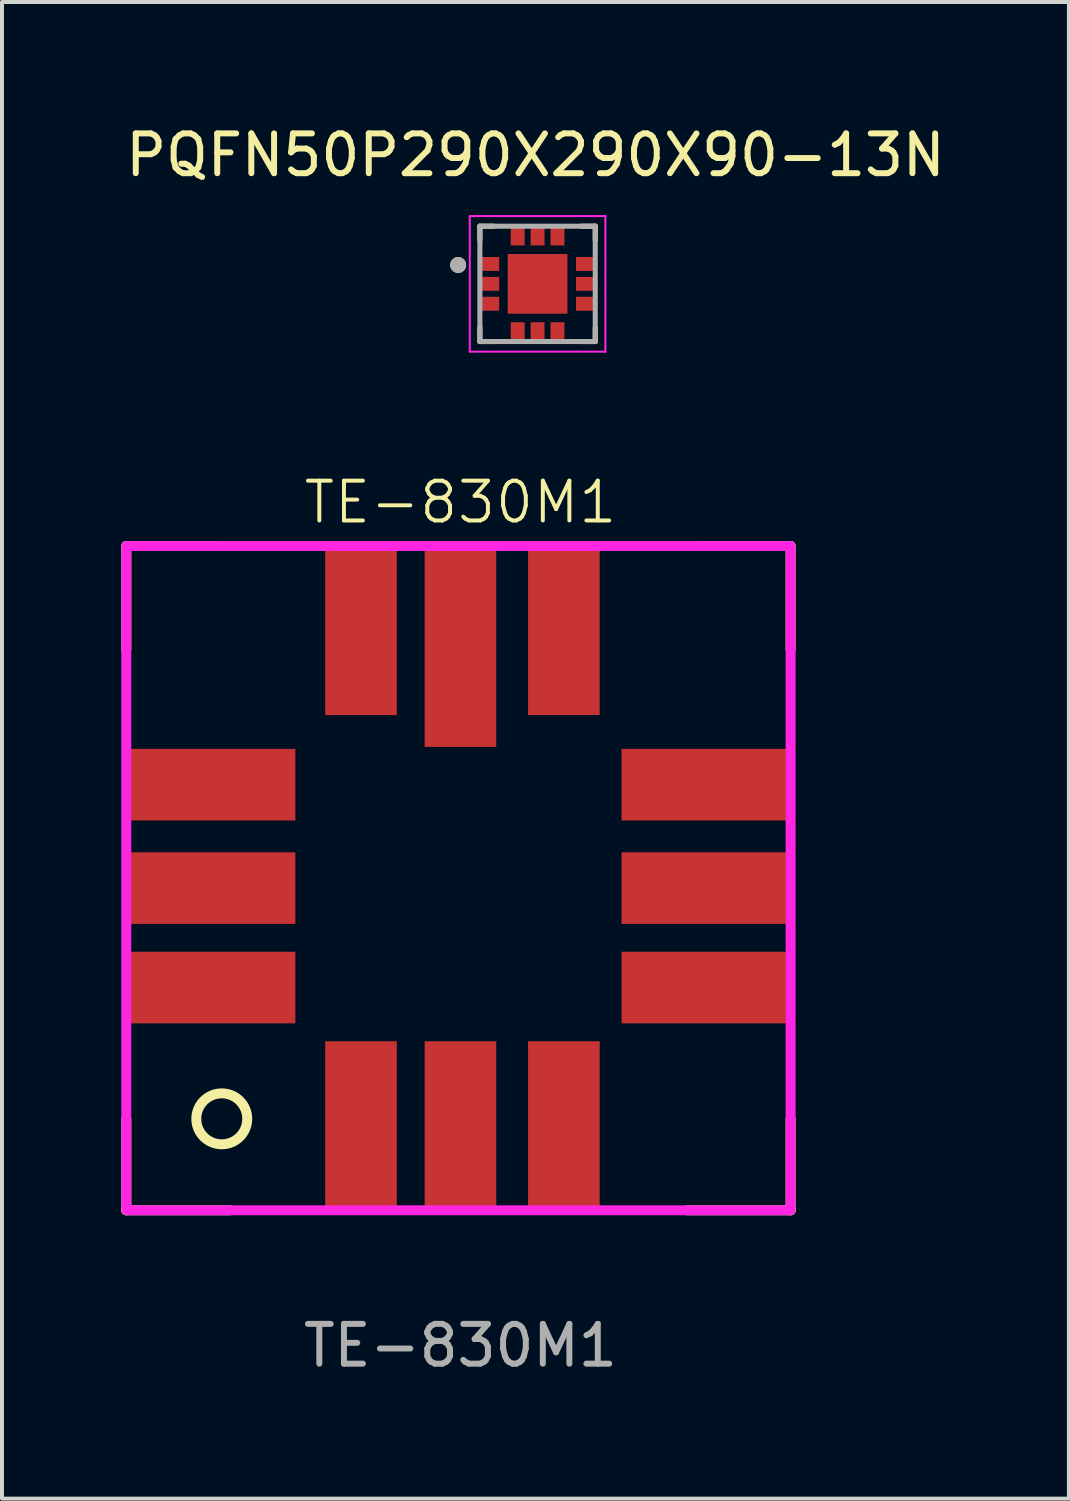
<source format=kicad_pcb>
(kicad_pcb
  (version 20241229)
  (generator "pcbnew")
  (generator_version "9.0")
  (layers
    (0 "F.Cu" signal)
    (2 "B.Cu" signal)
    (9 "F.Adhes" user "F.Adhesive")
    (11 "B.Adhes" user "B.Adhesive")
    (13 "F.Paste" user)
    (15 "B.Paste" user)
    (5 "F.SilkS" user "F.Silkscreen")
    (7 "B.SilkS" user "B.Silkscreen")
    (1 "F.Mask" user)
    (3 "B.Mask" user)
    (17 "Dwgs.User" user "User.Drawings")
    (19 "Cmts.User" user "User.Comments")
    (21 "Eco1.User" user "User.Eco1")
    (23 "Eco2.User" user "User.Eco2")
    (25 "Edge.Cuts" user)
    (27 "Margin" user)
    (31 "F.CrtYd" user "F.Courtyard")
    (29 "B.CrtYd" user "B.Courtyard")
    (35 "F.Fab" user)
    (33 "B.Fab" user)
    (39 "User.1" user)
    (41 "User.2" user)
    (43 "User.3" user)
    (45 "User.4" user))
  (footprint "TE-830M1"
    (layer "F.Cu")
    (at 8.525 19.276)
    (property "Reference" "TE-830M1" (at 0 -9.7 0) (unlocked yes) (layer "F.SilkS") (effects (font (size 1 1) (thickness 0.1))))
    (attr smd)
    (fp_line (start -8.4 -8.6) (end -8.4 -6) (stroke (width 0.25) (type default)) (layer "F.SilkS"))
    (fp_line (start -8.4 5.8) (end -8.4 8.1) (stroke (width 0.25) (type default)) (layer "F.SilkS"))
    (fp_line (start -8.4 8.1) (end -5.8 8.1) (stroke (width 0.25) (type default)) (layer "F.SilkS"))
    (fp_line (start -6.1 -8.6) (end -8.4 -8.6) (stroke (width 0.25) (type default)) (layer "F.SilkS"))
    (fp_line (start 6 -8.6) (end 8.3 -8.6) (stroke (width 0.25) (type default)) (layer "F.SilkS"))
    (fp_line (start 8.3 -8.6) (end 8.3 -6) (stroke (width 0.25) (type default)) (layer "F.SilkS"))
    (fp_line (start 8.3 5.8) (end 8.3 8.1) (stroke (width 0.25) (type default)) (layer "F.SilkS"))
    (fp_line (start 8.3 8.1) (end 5.7 8.1) (stroke (width 0.25) (type default)) (layer "F.SilkS"))
    (fp_circle (center -6 5.8) (end -5.6 5.3) (stroke (width 0.25) (type default)) (fill no) (layer "F.SilkS"))
    (fp_rect (start -8.4 -8.6) (end 8.3 8.1) (stroke (width 0.25) (type default)) (fill no) (layer "F.CrtYd"))
    (fp_text user "${REFERENCE}" (at 0 11.5 0) (unlocked yes) (layer "F.Fab") (effects (font (size 1 1) (thickness 0.15))))
    (pad "1" smd rect (at -2.5 6) (size 1.8 4.3) (layers "F.Cu" "F.Mask" "F.Paste"))
    (pad "2" smd rect (at 0 6) (size 1.8 4.3) (layers "F.Cu" "F.Mask" "F.Paste"))
    (pad "3" smd rect (at 2.6 6) (size 1.8 4.3) (layers "F.Cu" "F.Mask" "F.Paste"))
    (pad "4" smd rect (at 6.2 2.5 90) (size 1.8 4.3) (layers "F.Cu" "F.Mask" "F.Paste"))
    (pad "5" smd rect (at 6.2 0 90) (size 1.8 4.3) (layers "F.Cu" "F.Mask" "F.Paste"))
    (pad "6" smd rect (at 6.2 -2.6 90) (size 1.8 4.3) (layers "F.Cu" "F.Mask" "F.Paste"))
    (pad "7" smd rect (at 2.6 -6.5) (size 1.8 4.3) (layers "F.Cu" "F.Mask" "F.Paste"))
    (pad "8" smd rect (at 0 -6.1) (size 1.8 5.1) (layers "F.Cu" "F.Mask" "F.Paste"))
    (pad "9" smd rect (at -2.5 -6.5) (size 1.8 4.3) (layers "F.Cu" "F.Mask" "F.Paste"))
    (pad "10" smd rect (at -6.3 -2.6 90) (size 1.8 4.3) (layers "F.Cu" "F.Mask" "F.Paste"))
    (pad "11" smd rect (at -6.3 0 90) (size 1.8 4.3) (layers "F.Cu" "F.Mask" "F.Paste"))
    (pad "12" smd rect (at -6.3 2.5 90) (size 1.8 4.3) (layers "F.Cu" "F.Mask" "F.Paste")))
  (footprint "PQFN50P290X290X90-13N"
    (layer "F.Cu")
    (at 10.464 4.086)
    (property "Reference" "PQFN50P290X290X90-13N" (at -0.053 -3.237 0) (layer "F.SilkS") (effects (font (size 1 1) (thickness 0.15))))
    (attr smd)
    (fp_poly (pts (xy -1.505 -0.725) (xy -0.915 -0.725) (xy -0.915 -0.275) (xy -1.505 -0.275)) (stroke (width 0.01) (type solid)) (fill yes) (layer "F.Mask"))
    (fp_poly (pts (xy -1.505 -0.225) (xy -0.915 -0.225) (xy -0.915 0.225) (xy -1.505 0.225)) (stroke (width 0.01) (type solid)) (fill yes) (layer "F.Mask"))
    (fp_poly (pts (xy -1.505 0.275) (xy -0.915 0.275) (xy -0.915 0.725) (xy -1.505 0.725)) (stroke (width 0.01) (type solid)) (fill yes) (layer "F.Mask"))
    (fp_poly (pts (xy -0.725 -1.505) (xy -0.275 -1.505) (xy -0.275 -0.915) (xy -0.725 -0.915)) (stroke (width 0.01) (type solid)) (fill yes) (layer "F.Mask"))
    (fp_poly (pts (xy -0.725 0.915) (xy -0.275 0.915) (xy -0.275 1.505) (xy -0.725 1.505)) (stroke (width 0.01) (type solid)) (fill yes) (layer "F.Mask"))
    (fp_poly (pts (xy -0.225 -1.505) (xy 0.225 -1.505) (xy 0.225 -0.915) (xy -0.225 -0.915)) (stroke (width 0.01) (type solid)) (fill yes) (layer "F.Mask"))
    (fp_poly (pts (xy -0.225 0.915) (xy 0.225 0.915) (xy 0.225 1.505) (xy -0.225 1.505)) (stroke (width 0.01) (type solid)) (fill yes) (layer "F.Mask"))
    (fp_poly (pts (xy 0.275 -1.505) (xy 0.725 -1.505) (xy 0.725 -0.915) (xy 0.275 -0.915)) (stroke (width 0.01) (type solid)) (fill yes) (layer "F.Mask"))
    (fp_poly (pts (xy 0.275 0.915) (xy 0.725 0.915) (xy 0.725 1.505) (xy 0.275 1.505)) (stroke (width 0.01) (type solid)) (fill yes) (layer "F.Mask"))
    (fp_poly (pts (xy 0.915 -0.725) (xy 1.505 -0.725) (xy 1.505 -0.275) (xy 0.915 -0.275)) (stroke (width 0.01) (type solid)) (fill yes) (layer "F.Mask"))
    (fp_poly (pts (xy 0.915 -0.225) (xy 1.505 -0.225) (xy 1.505 0.225) (xy 0.915 0.225)) (stroke (width 0.01) (type solid)) (fill yes) (layer "F.Mask"))
    (fp_poly (pts (xy 0.915 0.275) (xy 1.505 0.275) (xy 1.505 0.725) (xy 0.915 0.725)) (stroke (width 0.01) (type solid)) (fill yes) (layer "F.Mask"))
    (fp_line (start -1.45 -1.45) (end -1.45 -1.1) (stroke (width 0.127) (type solid)) (layer "F.SilkS"))
    (fp_line (start -1.45 1.1) (end -1.45 1.45) (stroke (width 0.127) (type solid)) (layer "F.SilkS"))
    (fp_line (start -1.45 1.45) (end -1.1 1.45) (stroke (width 0.127) (type solid)) (layer "F.SilkS"))
    (fp_line (start -1.1 -1.45) (end -1.45 -1.45) (stroke (width 0.127) (type solid)) (layer "F.SilkS"))
    (fp_line (start 1.1 1.45) (end 1.45 1.45) (stroke (width 0.127) (type solid)) (layer "F.SilkS"))
    (fp_line (start 1.45 -1.45) (end 1.1 -1.45) (stroke (width 0.127) (type solid)) (layer "F.SilkS"))
    (fp_line (start 1.45 -1.1) (end 1.45 -1.45) (stroke (width 0.127) (type solid)) (layer "F.SilkS"))
    (fp_line (start 1.45 1.45) (end 1.45 1.1) (stroke (width 0.127) (type solid)) (layer "F.SilkS"))
    (fp_circle (center -1.997 -0.475) (end -1.897 -0.475) (stroke (width 0.2) (type solid)) (fill no) (layer "F.SilkS"))
    (fp_poly (pts (xy -0.474 -0.474) (xy 0.474 -0.474) (xy 0.474 0.474) (xy -0.474 0.474)) (stroke (width 0.01) (type solid)) (fill yes) (layer "F.Paste"))
    (fp_line (start -1.705 -1.705) (end -1.705 1.705) (stroke (width 0.05) (type solid)) (layer "F.CrtYd"))
    (fp_line (start -1.705 1.705) (end 1.705 1.705) (stroke (width 0.05) (type solid)) (layer "F.CrtYd"))
    (fp_line (start 1.705 -1.705) (end -1.705 -1.705) (stroke (width 0.05) (type solid)) (layer "F.CrtYd"))
    (fp_line (start 1.705 1.705) (end 1.705 -1.705) (stroke (width 0.05) (type solid)) (layer "F.CrtYd"))
    (fp_line (start -1.45 -1.45) (end -1.45 1.45) (stroke (width 0.127) (type solid)) (layer "F.Fab"))
    (fp_line (start -1.45 1.45) (end 1.45 1.45) (stroke (width 0.127) (type solid)) (layer "F.Fab"))
    (fp_line (start 1.45 -1.45) (end -1.45 -1.45) (stroke (width 0.127) (type solid)) (layer "F.Fab"))
    (fp_line (start 1.45 1.45) (end 1.45 -1.45) (stroke (width 0.127) (type solid)) (layer "F.Fab"))
    (fp_circle (center -1.997 -0.475) (end -1.897 -0.475) (stroke (width 0.2) (type solid)) (fill no) (layer "F.Fab"))
    (pad "1" smd rect (at -1.21 -0.5) (size 0.49 0.35) (layers "F.Cu" "F.Paste"))
    (pad "2" smd rect (at -1.21 0) (size 0.49 0.35) (layers "F.Cu" "F.Paste"))
    (pad "3" smd rect (at -1.21 0.5) (size 0.49 0.35) (layers "F.Cu" "F.Paste"))
    (pad "4" smd rect (at -0.5 1.21) (size 0.35 0.49) (layers "F.Cu" "F.Paste"))
    (pad "5" smd rect (at 0 1.21) (size 0.35 0.49) (layers "F.Cu" "F.Paste"))
    (pad "6" smd rect (at 0.5 1.21) (size 0.35 0.49) (layers "F.Cu" "F.Paste"))
    (pad "7" smd rect (at 1.21 0.5) (size 0.49 0.35) (layers "F.Cu" "F.Paste"))
    (pad "8" smd rect (at 1.21 0) (size 0.49 0.35) (layers "F.Cu" "F.Paste"))
    (pad "9" smd rect (at 1.21 -0.5) (size 0.49 0.35) (layers "F.Cu" "F.Paste"))
    (pad "10" smd rect (at 0.5 -1.21) (size 0.35 0.49) (layers "F.Cu" "F.Paste"))
    (pad "11" smd rect (at 0 -1.21) (size 0.35 0.49) (layers "F.Cu" "F.Paste"))
    (pad "12" smd rect (at -0.5 -1.21) (size 0.35 0.49) (layers "F.Cu" "F.Paste"))
    (pad "13" smd rect (at 0 0) (size 1.5 1.5) (layers "F.Cu" "F.Mask")))
  (gr_rect
    (start -3 -3)
    (end 23.821 34.624)
    (stroke (width 0.1) (type default))
    (fill no)
    (layer "Edge.Cuts")))
</source>
